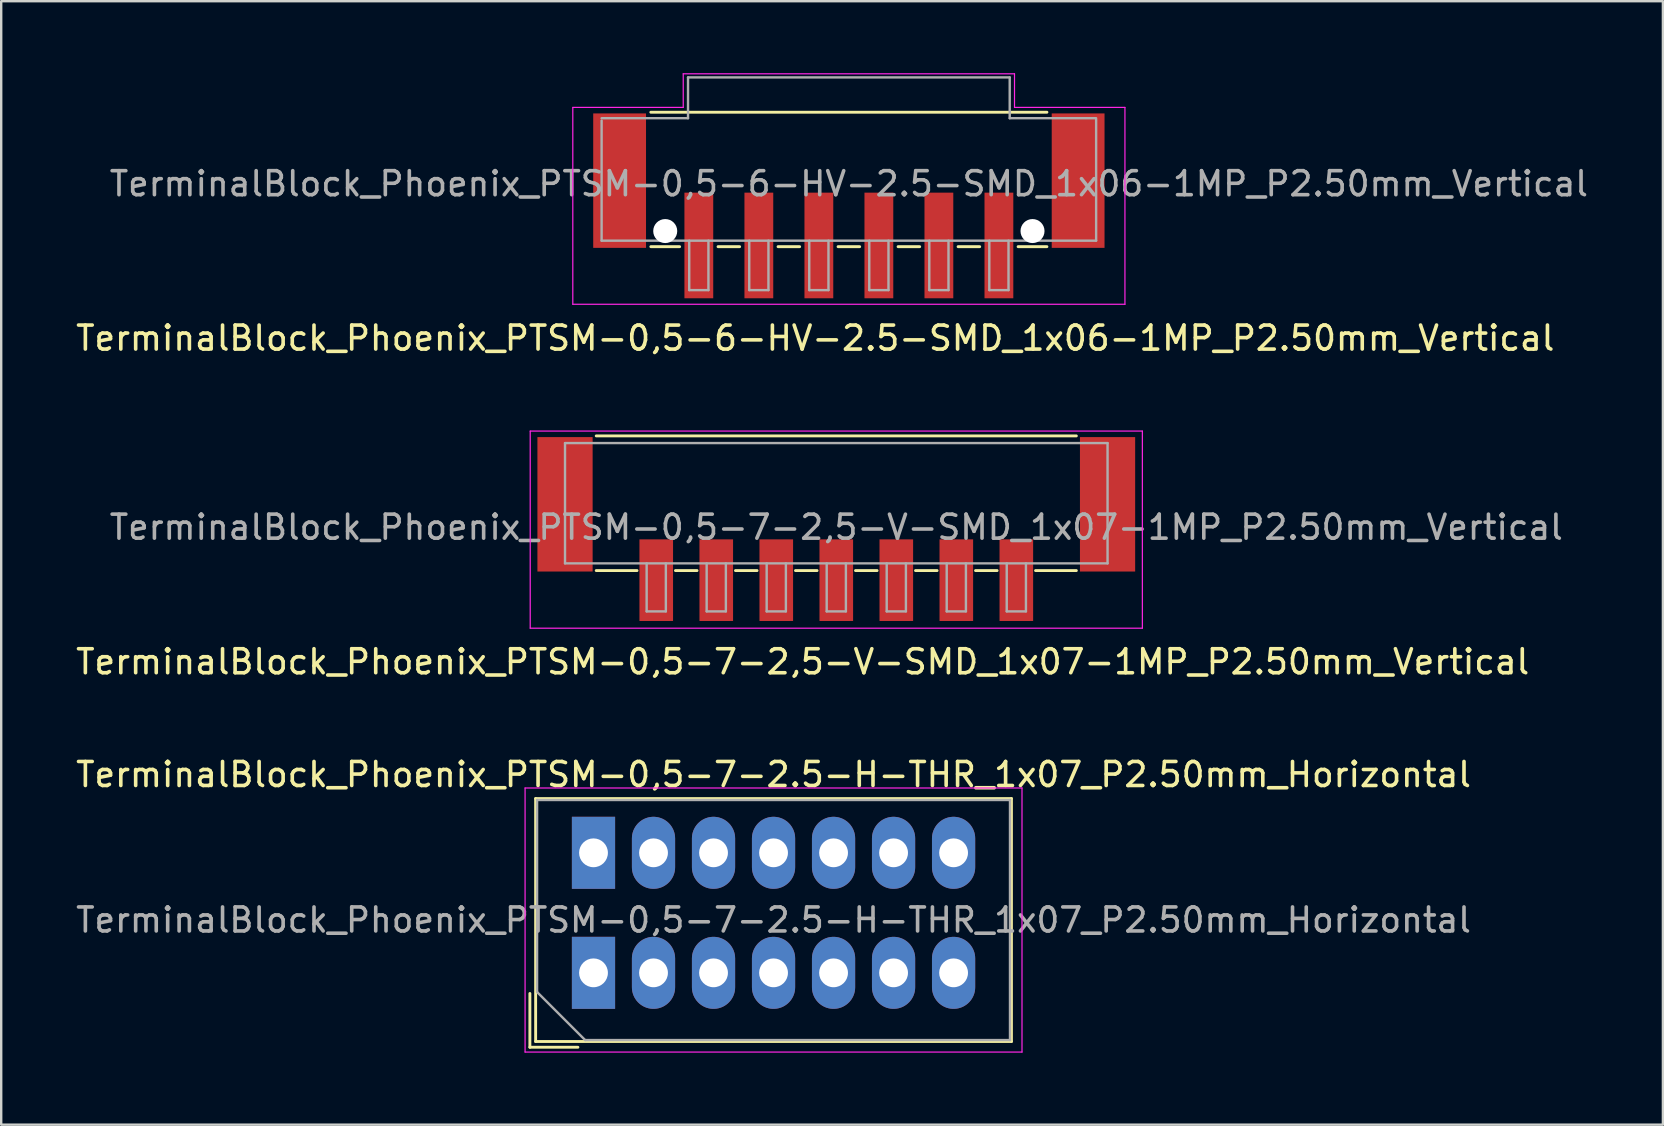
<source format=kicad_pcb>
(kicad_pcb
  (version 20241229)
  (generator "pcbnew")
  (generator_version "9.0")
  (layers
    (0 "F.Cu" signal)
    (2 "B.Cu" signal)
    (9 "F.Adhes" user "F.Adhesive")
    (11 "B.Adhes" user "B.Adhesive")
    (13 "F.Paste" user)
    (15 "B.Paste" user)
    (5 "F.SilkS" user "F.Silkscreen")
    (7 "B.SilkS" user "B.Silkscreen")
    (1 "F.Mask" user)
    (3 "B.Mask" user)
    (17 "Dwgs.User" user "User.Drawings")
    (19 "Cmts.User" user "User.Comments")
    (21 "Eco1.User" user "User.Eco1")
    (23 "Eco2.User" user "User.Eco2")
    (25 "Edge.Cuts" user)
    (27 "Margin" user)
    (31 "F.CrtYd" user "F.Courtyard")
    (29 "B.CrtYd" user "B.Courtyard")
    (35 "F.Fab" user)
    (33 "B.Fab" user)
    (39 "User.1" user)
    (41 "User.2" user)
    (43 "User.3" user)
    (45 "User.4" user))
  (footprint "TerminalBlock_Phoenix_PTSM-0,5-7-2.5-H-THR_1x07_P2.50mm_Horizontal"
    (layer "F.Cu")
    (at 21.673 37.475)
    (property "Reference" "TerminalBlock_Phoenix_PTSM-0,5-7-2.5-H-THR_1x07_P2.50mm_Horizontal" (at 7.5 -8.26 0) (layer "F.SilkS") (effects (font (size 1 1) (thickness 0.15))))
    (attr through_hole)
    (fp_line (start -2.65 0.86) (end -2.65 3.1) (stroke (width 0.12) (type solid)) (layer "F.SilkS"))
    (fp_line (start -2.65 3.1) (end -0.65 3.1) (stroke (width 0.12) (type solid)) (layer "F.SilkS"))
    (fp_line (start -2.41 -7.26) (end -2.41 2.86) (stroke (width 0.12) (type solid)) (layer "F.SilkS"))
    (fp_line (start -2.41 -7.26) (end 17.41 -7.26) (stroke (width 0.12) (type solid)) (layer "F.SilkS"))
    (fp_line (start -2.41 2.86) (end 17.41 2.86) (stroke (width 0.12) (type solid)) (layer "F.SilkS"))
    (fp_line (start 17.41 -7.26) (end 17.41 2.86) (stroke (width 0.12) (type solid)) (layer "F.SilkS"))
    (fp_line (start -2.85 -7.7) (end -2.85 3.3) (stroke (width 0.05) (type solid)) (layer "F.CrtYd"))
    (fp_line (start -2.85 3.3) (end 17.85 3.3) (stroke (width 0.05) (type solid)) (layer "F.CrtYd"))
    (fp_line (start 17.85 -7.7) (end -2.85 -7.7) (stroke (width 0.05) (type solid)) (layer "F.CrtYd"))
    (fp_line (start 17.85 3.3) (end 17.85 -7.7) (stroke (width 0.05) (type solid)) (layer "F.CrtYd"))
    (fp_line (start -2.35 -7.2) (end 17.35 -7.2) (stroke (width 0.1) (type solid)) (layer "F.Fab"))
    (fp_line (start -2.35 0.8) (end -2.35 -7.2) (stroke (width 0.1) (type solid)) (layer "F.Fab"))
    (fp_line (start -0.35 2.8) (end -2.35 0.8) (stroke (width 0.1) (type solid)) (layer "F.Fab"))
    (fp_line (start 17.35 -7.2) (end 17.35 2.8) (stroke (width 0.1) (type solid)) (layer "F.Fab"))
    (fp_line (start 17.35 2.8) (end -0.35 2.8) (stroke (width 0.1) (type solid)) (layer "F.Fab"))
    (fp_text user "${REFERENCE}" (at 7.5 -2.2 0) (layer "F.Fab") (effects (font (size 1 1) (thickness 0.15))))
    (pad "1" thru_hole rect (at 0 -5) (size 1.8 3) (drill 1.2) (layers "*.Cu" "*.Mask"))
    (pad "1" thru_hole rect (at 0 0) (size 1.8 3) (drill 1.2) (layers "*.Cu" "*.Mask"))
    (pad "2" thru_hole oval (at 2.5 -5) (size 1.8 3) (drill 1.2) (layers "*.Cu" "*.Mask"))
    (pad "2" thru_hole oval (at 2.5 0) (size 1.8 3) (drill 1.2) (layers "*.Cu" "*.Mask"))
    (pad "3" thru_hole oval (at 5 -5) (size 1.8 3) (drill 1.2) (layers "*.Cu" "*.Mask"))
    (pad "3" thru_hole oval (at 5 0) (size 1.8 3) (drill 1.2) (layers "*.Cu" "*.Mask"))
    (pad "4" thru_hole oval (at 7.5 -5) (size 1.8 3) (drill 1.2) (layers "*.Cu" "*.Mask"))
    (pad "4" thru_hole oval (at 7.5 0) (size 1.8 3) (drill 1.2) (layers "*.Cu" "*.Mask"))
    (pad "5" thru_hole oval (at 10 -5) (size 1.8 3) (drill 1.2) (layers "*.Cu" "*.Mask"))
    (pad "5" thru_hole oval (at 10 0) (size 1.8 3) (drill 1.2) (layers "*.Cu" "*.Mask"))
    (pad "6" thru_hole oval (at 12.5 -5) (size 1.8 3) (drill 1.2) (layers "*.Cu" "*.Mask"))
    (pad "6" thru_hole oval (at 12.5 0) (size 1.8 3) (drill 1.2) (layers "*.Cu" "*.Mask"))
    (pad "7" thru_hole oval (at 15 -5) (size 1.8 3) (drill 1.2) (layers "*.Cu" "*.Mask"))
    (pad "7" thru_hole oval (at 15 0) (size 1.8 3) (drill 1.2) (layers "*.Cu" "*.Mask")))
  (footprint "TerminalBlock_Phoenix_PTSM-0,5-6-HV-2.5-SMD_1x06-1MP_P2.50mm_Vertical"
    (layer "F.Cu")
    (at 32.311 5.525)
    (property "Reference" "TerminalBlock_Phoenix_PTSM-0,5-6-HV-2.5-SMD_1x06-1MP_P2.50mm_Vertical" (at -1.4 5.51 0) (layer "F.SilkS") (effects (font (size 1 1) (thickness 0.15))))
    (attr smd)
    (fp_line (start -8.25 -3.9) (end 8.25 -3.9) (stroke (width 0.12) (type solid)) (layer "F.SilkS"))
    (fp_line (start -7.05 1.7) (end -8.25 1.7) (stroke (width 0.12) (type solid)) (layer "F.SilkS"))
    (fp_line (start -4.55 1.7) (end -5.45 1.7) (stroke (width 0.12) (type solid)) (layer "F.SilkS"))
    (fp_line (start -2.05 1.7) (end -2.95 1.7) (stroke (width 0.12) (type solid)) (layer "F.SilkS"))
    (fp_line (start 0.45 1.7) (end -0.45 1.7) (stroke (width 0.12) (type solid)) (layer "F.SilkS"))
    (fp_line (start 2.95 1.7) (end 2.05 1.7) (stroke (width 0.12) (type solid)) (layer "F.SilkS"))
    (fp_line (start 5.45 1.7) (end 4.55 1.7) (stroke (width 0.12) (type solid)) (layer "F.SilkS"))
    (fp_line (start 8.25 1.7) (end 7.05 1.7) (stroke (width 0.12) (type solid)) (layer "F.SilkS"))
    (fp_line (start -11.5 -4.1) (end -6.9 -4.1) (stroke (width 0.05) (type solid)) (layer "F.CrtYd"))
    (fp_line (start -11.5 4.1) (end -11.5 -4.1) (stroke (width 0.05) (type solid)) (layer "F.CrtYd"))
    (fp_line (start -6.9 -5.5) (end 6.9 -5.5) (stroke (width 0.05) (type solid)) (layer "F.CrtYd"))
    (fp_line (start -6.9 -4.1) (end -6.9 -5.5) (stroke (width 0.05) (type solid)) (layer "F.CrtYd"))
    (fp_line (start 6.9 -4.1) (end 6.9 -5.5) (stroke (width 0.05) (type solid)) (layer "F.CrtYd"))
    (fp_line (start 11.5 -4.1) (end 6.9 -4.1) (stroke (width 0.05) (type solid)) (layer "F.CrtYd"))
    (fp_line (start 11.5 -4.1) (end 11.5 4.1) (stroke (width 0.05) (type solid)) (layer "F.CrtYd"))
    (fp_line (start 11.5 4.1) (end -11.5 4.1) (stroke (width 0.05) (type solid)) (layer "F.CrtYd"))
    (fp_line (start -10.3 -3.65) (end -6.7 -3.65) (stroke (width 0.1) (type solid)) (layer "F.Fab"))
    (fp_line (start -10.3 1.45) (end -10.3 -3.55) (stroke (width 0.1) (type solid)) (layer "F.Fab"))
    (fp_line (start -6.7 -5.35) (end 6.7 -5.35) (stroke (width 0.1) (type solid)) (layer "F.Fab"))
    (fp_line (start -6.7 -3.65) (end -6.7 -5.35) (stroke (width 0.1) (type solid)) (layer "F.Fab"))
    (fp_line (start -6.65 1.45) (end -6.65 3.51) (stroke (width 0.1) (type solid)) (layer "F.Fab"))
    (fp_line (start -6.65 3.51) (end -5.85 3.51) (stroke (width 0.1) (type solid)) (layer "F.Fab"))
    (fp_line (start -5.85 1.45) (end -5.85 3.51) (stroke (width 0.1) (type solid)) (layer "F.Fab"))
    (fp_line (start -4.15 1.45) (end -4.15 3.51) (stroke (width 0.1) (type solid)) (layer "F.Fab"))
    (fp_line (start -4.15 3.51) (end -3.35 3.51) (stroke (width 0.1) (type solid)) (layer "F.Fab"))
    (fp_line (start -3.35 1.45) (end -3.35 3.51) (stroke (width 0.1) (type solid)) (layer "F.Fab"))
    (fp_line (start -1.65 1.45) (end -1.65 3.51) (stroke (width 0.1) (type solid)) (layer "F.Fab"))
    (fp_line (start -1.65 3.51) (end -0.85 3.51) (stroke (width 0.1) (type solid)) (layer "F.Fab"))
    (fp_line (start -0.85 1.45) (end -0.85 3.51) (stroke (width 0.1) (type solid)) (layer "F.Fab"))
    (fp_line (start 0.85 1.45) (end 0.85 3.51) (stroke (width 0.1) (type solid)) (layer "F.Fab"))
    (fp_line (start 0.85 3.51) (end 1.65 3.51) (stroke (width 0.1) (type solid)) (layer "F.Fab"))
    (fp_line (start 1.65 1.45) (end 1.65 3.51) (stroke (width 0.1) (type solid)) (layer "F.Fab"))
    (fp_line (start 3.35 1.45) (end 3.35 3.51) (stroke (width 0.1) (type solid)) (layer "F.Fab"))
    (fp_line (start 3.35 3.51) (end 4.15 3.51) (stroke (width 0.1) (type solid)) (layer "F.Fab"))
    (fp_line (start 4.15 1.45) (end 4.15 3.51) (stroke (width 0.1) (type solid)) (layer "F.Fab"))
    (fp_line (start 5.85 1.45) (end 5.85 3.51) (stroke (width 0.1) (type solid)) (layer "F.Fab"))
    (fp_line (start 5.85 3.51) (end 6.65 3.51) (stroke (width 0.1) (type solid)) (layer "F.Fab"))
    (fp_line (start 6.65 1.45) (end 6.65 3.51) (stroke (width 0.1) (type solid)) (layer "F.Fab"))
    (fp_line (start 6.7 -5.35) (end 6.7 -3.65) (stroke (width 0.1) (type solid)) (layer "F.Fab"))
    (fp_line (start 6.7 -3.65) (end 10.3 -3.65) (stroke (width 0.1) (type solid)) (layer "F.Fab"))
    (fp_line (start 10.3 1.45) (end -10.3 1.45) (stroke (width 0.1) (type solid)) (layer "F.Fab"))
    (fp_line (start 10.3 1.45) (end 10.3 -3.6) (stroke (width 0.1) (type solid)) (layer "F.Fab"))
    (fp_text user "${REFERENCE}" (at 0 -0.92 0) (layer "F.Fab") (effects (font (size 1 1) (thickness 0.15))))
    (pad "" np_thru_hole circle (at -7.65 1.05) (size 1 1) (drill 1) (layers "*.Cu" "*.Mask"))
    (pad "" np_thru_hole circle (at 7.65 1.05) (size 1 1) (drill 1) (layers "*.Cu" "*.Mask"))
    (pad "1" smd rect (at -6.25 1.65 180) (size 1.2 4.4) (layers "F.Cu" "F.Mask" "F.Paste"))
    (pad "2" smd rect (at -3.75 1.65 180) (size 1.2 4.4) (layers "F.Cu" "F.Mask" "F.Paste"))
    (pad "3" smd rect (at -1.25 1.65 180) (size 1.2 4.4) (layers "F.Cu" "F.Mask" "F.Paste"))
    (pad "4" smd rect (at 1.25 1.65 180) (size 1.2 4.4) (layers "F.Cu" "F.Mask" "F.Paste"))
    (pad "5" smd rect (at 3.75 1.65 180) (size 1.2 4.4) (layers "F.Cu" "F.Mask" "F.Paste"))
    (pad "6" smd rect (at 6.25 1.65 180) (size 1.2 4.4) (layers "F.Cu" "F.Mask" "F.Paste"))
    (pad "MP" smd rect (at -9.55 -1.05 180) (size 2.2 5.6) (layers "F.Cu" "F.Mask" "F.Paste"))
    (pad "MP" smd rect (at 9.55 -1.05 180) (size 2.2 5.6) (layers "F.Cu" "F.Mask" "F.Paste")))
  (footprint "TerminalBlock_Phoenix_PTSM-0,5-7-2,5-V-SMD_1x07-1MP_P2.50mm_Vertical"
    (layer "F.Cu")
    (at 31.787 18.988)
    (property "Reference" "TerminalBlock_Phoenix_PTSM-0,5-7-2,5-V-SMD_1x07-1MP_P2.50mm_Vertical" (at -1.4 5.53 0) (layer "F.SilkS") (effects (font (size 1 1) (thickness 0.15))))
    (attr smd)
    (fp_line (start -10 -3.88) (end 10 -3.88) (stroke (width 0.12) (type solid)) (layer "F.SilkS"))
    (fp_line (start -8.3 1.73) (end -10 1.73) (stroke (width 0.12) (type solid)) (layer "F.SilkS"))
    (fp_line (start -5.8 1.73) (end -6.7 1.73) (stroke (width 0.12) (type solid)) (layer "F.SilkS"))
    (fp_line (start -3.3 1.73) (end -4.2 1.73) (stroke (width 0.12) (type solid)) (layer "F.SilkS"))
    (fp_line (start -0.8 1.73) (end -1.7 1.73) (stroke (width 0.12) (type solid)) (layer "F.SilkS"))
    (fp_line (start 1.7 1.73) (end 0.8 1.73) (stroke (width 0.12) (type solid)) (layer "F.SilkS"))
    (fp_line (start 4.2 1.73) (end 3.3 1.73) (stroke (width 0.12) (type solid)) (layer "F.SilkS"))
    (fp_line (start 6.7 1.73) (end 5.8 1.73) (stroke (width 0.12) (type solid)) (layer "F.SilkS"))
    (fp_line (start 10 1.73) (end 8.3 1.73) (stroke (width 0.12) (type solid)) (layer "F.SilkS"))
    (fp_line (start -12.75 -4.08) (end 12.75 -4.08) (stroke (width 0.05) (type solid)) (layer "F.CrtYd"))
    (fp_line (start -12.75 4.13) (end -12.75 -4.08) (stroke (width 0.05) (type solid)) (layer "F.CrtYd"))
    (fp_line (start 12.75 -4.08) (end 12.75 4.13) (stroke (width 0.05) (type solid)) (layer "F.CrtYd"))
    (fp_line (start 12.75 4.13) (end -12.75 4.13) (stroke (width 0.05) (type solid)) (layer "F.CrtYd"))
    (fp_line (start -11.3 -3.58) (end 11.3 -3.58) (stroke (width 0.1) (type solid)) (layer "F.Fab"))
    (fp_line (start -11.3 1.43) (end -11.3 -3.58) (stroke (width 0.1) (type solid)) (layer "F.Fab"))
    (fp_line (start -7.9 1.43) (end -7.9 3.43) (stroke (width 0.1) (type solid)) (layer "F.Fab"))
    (fp_line (start -7.9 3.43) (end -7.1 3.43) (stroke (width 0.1) (type solid)) (layer "F.Fab"))
    (fp_line (start -7.1 1.43) (end -7.1 3.43) (stroke (width 0.1) (type solid)) (layer "F.Fab"))
    (fp_line (start -5.4 1.43) (end -5.4 3.43) (stroke (width 0.1) (type solid)) (layer "F.Fab"))
    (fp_line (start -5.4 3.43) (end -4.6 3.43) (stroke (width 0.1) (type solid)) (layer "F.Fab"))
    (fp_line (start -4.6 1.43) (end -4.6 3.43) (stroke (width 0.1) (type solid)) (layer "F.Fab"))
    (fp_line (start -2.9 1.43) (end -2.9 3.43) (stroke (width 0.1) (type solid)) (layer "F.Fab"))
    (fp_line (start -2.9 3.43) (end -2.1 3.43) (stroke (width 0.1) (type solid)) (layer "F.Fab"))
    (fp_line (start -2.1 1.43) (end -2.1 3.43) (stroke (width 0.1) (type solid)) (layer "F.Fab"))
    (fp_line (start -0.4 1.43) (end -0.4 3.43) (stroke (width 0.1) (type solid)) (layer "F.Fab"))
    (fp_line (start -0.4 3.43) (end 0.4 3.43) (stroke (width 0.1) (type solid)) (layer "F.Fab"))
    (fp_line (start 0.4 1.43) (end 0.4 3.43) (stroke (width 0.1) (type solid)) (layer "F.Fab"))
    (fp_line (start 2.1 1.43) (end 2.1 3.43) (stroke (width 0.1) (type solid)) (layer "F.Fab"))
    (fp_line (start 2.1 3.43) (end 2.9 3.43) (stroke (width 0.1) (type solid)) (layer "F.Fab"))
    (fp_line (start 2.9 1.43) (end 2.9 3.43) (stroke (width 0.1) (type solid)) (layer "F.Fab"))
    (fp_line (start 4.6 1.43) (end 4.6 3.43) (stroke (width 0.1) (type solid)) (layer "F.Fab"))
    (fp_line (start 4.6 3.43) (end 5.4 3.43) (stroke (width 0.1) (type solid)) (layer "F.Fab"))
    (fp_line (start 5.4 1.43) (end 5.4 3.43) (stroke (width 0.1) (type solid)) (layer "F.Fab"))
    (fp_line (start 7.1 1.43) (end 7.1 3.43) (stroke (width 0.1) (type solid)) (layer "F.Fab"))
    (fp_line (start 7.1 3.43) (end 7.9 3.43) (stroke (width 0.1) (type solid)) (layer "F.Fab"))
    (fp_line (start 7.9 1.43) (end 7.9 3.43) (stroke (width 0.1) (type solid)) (layer "F.Fab"))
    (fp_line (start 11.3 1.43) (end -11.3 1.43) (stroke (width 0.1) (type solid)) (layer "F.Fab"))
    (fp_line (start 11.3 1.43) (end 11.3 -3.58) (stroke (width 0.1) (type solid)) (layer "F.Fab"))
    (fp_text user "${REFERENCE}" (at 0 -0.075 0) (layer "F.Fab") (effects (font (size 1 1) (thickness 0.15))))
    (pad "1" smd rect (at -7.5 2.13 180) (size 1.4 3.4) (layers "F.Cu" "F.Mask" "F.Paste"))
    (pad "2" smd rect (at -5 2.13 180) (size 1.4 3.4) (layers "F.Cu" "F.Mask" "F.Paste"))
    (pad "3" smd rect (at -2.5 2.13 180) (size 1.4 3.4) (layers "F.Cu" "F.Mask" "F.Paste"))
    (pad "4" smd rect (at 0 2.13 180) (size 1.4 3.4) (layers "F.Cu" "F.Mask" "F.Paste"))
    (pad "5" smd rect (at 2.5 2.13 180) (size 1.4 3.4) (layers "F.Cu" "F.Mask" "F.Paste"))
    (pad "6" smd rect (at 5 2.13 180) (size 1.4 3.4) (layers "F.Cu" "F.Mask" "F.Paste"))
    (pad "7" smd rect (at 7.5 2.13 180) (size 1.4 3.4) (layers "F.Cu" "F.Mask" "F.Paste"))
    (pad "MP" smd rect (at -11.3 -1.03 180) (size 2.3 5.6) (layers "F.Cu" "F.Mask" "F.Paste"))
    (pad "MP" smd rect (at 11.3 -1.03 180) (size 2.3 5.6) (layers "F.Cu" "F.Mask" "F.Paste")))
  (gr_rect
    (start -3 -3)
    (end 66.221 43.8)
    (stroke (width 0.1) (type default))
    (fill no)
    (layer "Edge.Cuts")))
</source>
